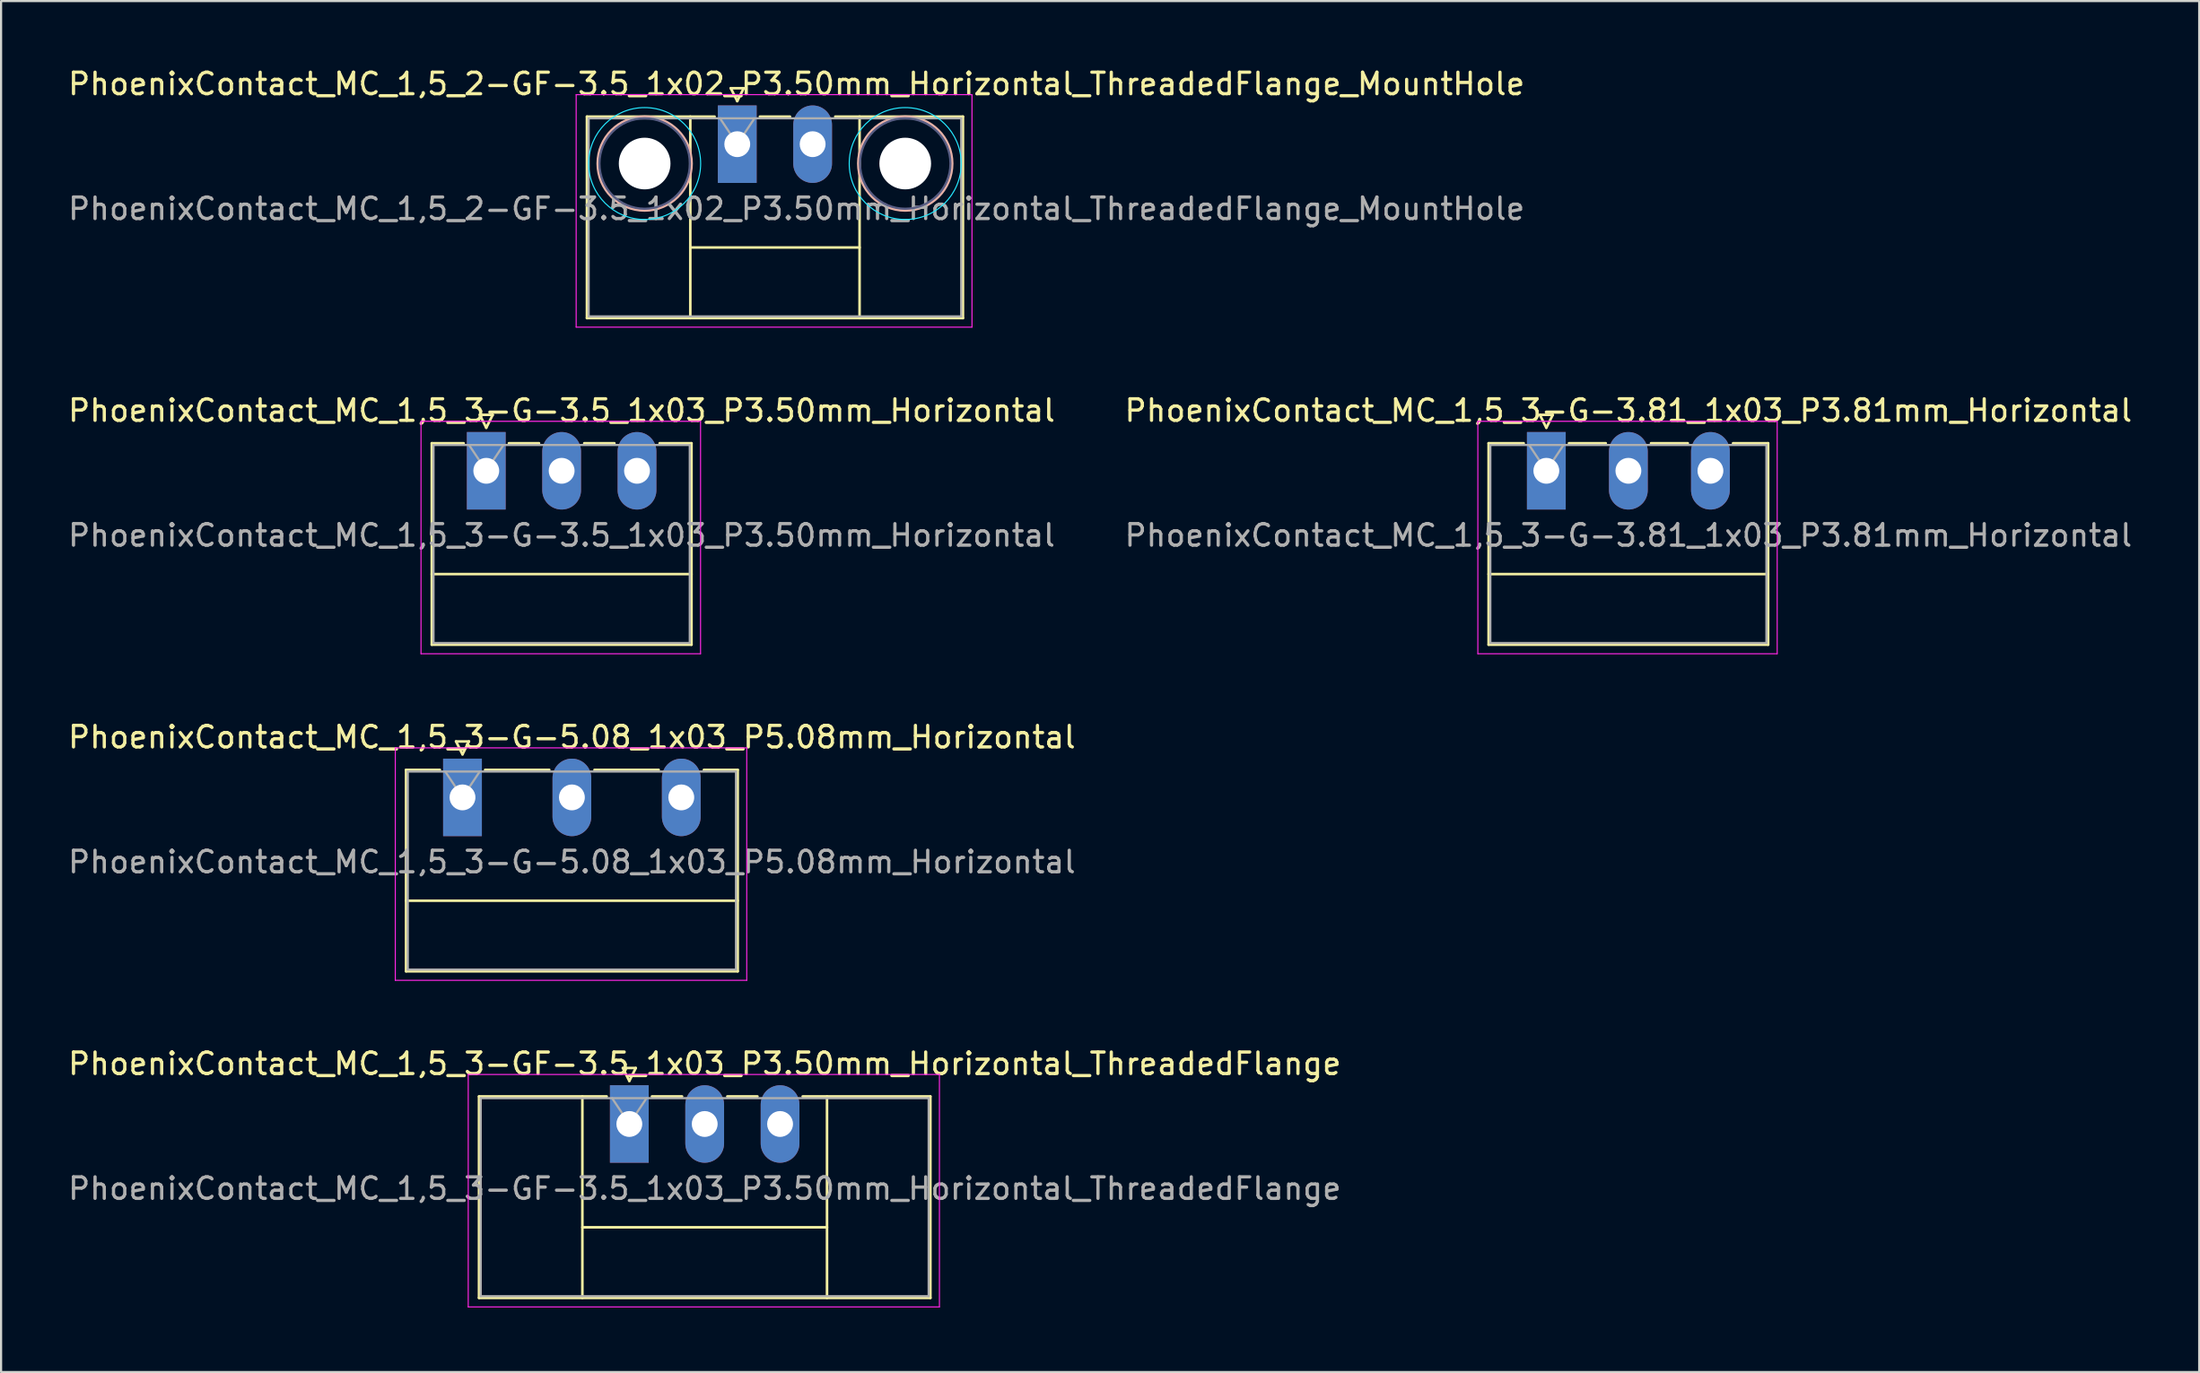
<source format=kicad_pcb>
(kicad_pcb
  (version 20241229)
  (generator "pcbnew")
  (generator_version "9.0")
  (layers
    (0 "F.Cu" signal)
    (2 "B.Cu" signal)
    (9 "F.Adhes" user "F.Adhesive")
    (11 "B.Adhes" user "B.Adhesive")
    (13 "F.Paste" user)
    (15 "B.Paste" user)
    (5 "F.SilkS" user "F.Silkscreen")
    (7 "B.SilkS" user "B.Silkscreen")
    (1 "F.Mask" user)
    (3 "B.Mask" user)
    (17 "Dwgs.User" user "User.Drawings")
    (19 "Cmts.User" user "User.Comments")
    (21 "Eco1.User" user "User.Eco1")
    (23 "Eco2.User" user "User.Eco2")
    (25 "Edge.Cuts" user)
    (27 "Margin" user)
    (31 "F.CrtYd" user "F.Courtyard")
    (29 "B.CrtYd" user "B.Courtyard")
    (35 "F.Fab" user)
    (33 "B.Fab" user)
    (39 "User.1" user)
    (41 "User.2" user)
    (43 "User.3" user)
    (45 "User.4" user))
  (footprint "PhoenixContact_MC_1,5_2-GF-3.5_1x02_P3.50mm_Horizontal_ThreadedFlange_MountHole"
    (layer "F.Cu")
    (at 31.185 3.648)
    (property "Reference" "PhoenixContact_MC_1,5_2-GF-3.5_1x02_P3.50mm_Horizontal_ThreadedFlange_MountHole" (at 2.75 -2.8 0) (layer "F.SilkS") (effects (font (size 1 1) (thickness 0.15))))
    (attr through_hole)
    (fp_line (start -6.98 -1.28) (end -6.98 8.08) (stroke (width 0.12) (type solid)) (layer "F.SilkS"))
    (fp_line (start -6.98 -1.28) (end -1.05 -1.28) (stroke (width 0.12) (type solid)) (layer "F.SilkS"))
    (fp_line (start -6.98 8.08) (end 10.48 8.08) (stroke (width 0.12) (type solid)) (layer "F.SilkS"))
    (fp_line (start -2.18 -1.28) (end -2.18 8.08) (stroke (width 0.12) (type solid)) (layer "F.SilkS"))
    (fp_line (start -2.18 4.8) (end 5.68 4.8) (stroke (width 0.12) (type solid)) (layer "F.SilkS"))
    (fp_line (start -0.3 -2.6) (end 0.3 -2.6) (stroke (width 0.12) (type solid)) (layer "F.SilkS"))
    (fp_line (start 0 -2) (end -0.3 -2.6) (stroke (width 0.12) (type solid)) (layer "F.SilkS"))
    (fp_line (start 0.3 -2.6) (end 0 -2) (stroke (width 0.12) (type solid)) (layer "F.SilkS"))
    (fp_line (start 1.05 -1.28) (end 2.45 -1.28) (stroke (width 0.12) (type solid)) (layer "F.SilkS"))
    (fp_line (start 5.68 -1.28) (end 5.68 8.08) (stroke (width 0.12) (type solid)) (layer "F.SilkS"))
    (fp_line (start 10.48 -1.28) (end 4.55 -1.28) (stroke (width 0.12) (type solid)) (layer "F.SilkS"))
    (fp_line (start 10.48 8.08) (end 10.48 -1.28) (stroke (width 0.12) (type solid)) (layer "F.SilkS"))
    (fp_circle (center -4.3 0.9) (end -2.12 0.9) (stroke (width 0.12) (type solid)) (fill no) (layer "B.SilkS"))
    (fp_circle (center 7.8 0.9) (end 9.98 0.9) (stroke (width 0.12) (type solid)) (fill no) (layer "B.SilkS"))
    (fp_circle (center -4.3 0.9) (end -1.7 0.9) (stroke (width 0.05) (type solid)) (fill no) (layer "B.CrtYd"))
    (fp_circle (center 7.8 0.9) (end 10.4 0.9) (stroke (width 0.05) (type solid)) (fill no) (layer "B.CrtYd"))
    (fp_line (start -7.48 -2.3) (end -7.48 8.5) (stroke (width 0.05) (type solid)) (layer "F.CrtYd"))
    (fp_line (start -7.48 8.5) (end 10.9 8.5) (stroke (width 0.05) (type solid)) (layer "F.CrtYd"))
    (fp_line (start 10.9 -2.3) (end -7.48 -2.3) (stroke (width 0.05) (type solid)) (layer "F.CrtYd"))
    (fp_line (start 10.9 8.5) (end 10.9 -2.3) (stroke (width 0.05) (type solid)) (layer "F.CrtYd"))
    (fp_circle (center -4.3 0.9) (end -2.2 0.9) (stroke (width 0.1) (type solid)) (fill no) (layer "B.Fab"))
    (fp_circle (center 7.8 0.9) (end 9.9 0.9) (stroke (width 0.1) (type solid)) (fill no) (layer "B.Fab"))
    (fp_line (start -6.9 -1.2) (end -6.9 8) (stroke (width 0.1) (type solid)) (layer "F.Fab"))
    (fp_line (start -6.9 8) (end 10.4 8) (stroke (width 0.1) (type solid)) (layer "F.Fab"))
    (fp_line (start 0 0) (end -0.8 -1.2) (stroke (width 0.1) (type solid)) (layer "F.Fab"))
    (fp_line (start 0.8 -1.2) (end 0 0) (stroke (width 0.1) (type solid)) (layer "F.Fab"))
    (fp_line (start 10.4 -1.2) (end -6.9 -1.2) (stroke (width 0.1) (type solid)) (layer "F.Fab"))
    (fp_line (start 10.4 8) (end 10.4 -1.2) (stroke (width 0.1) (type solid)) (layer "F.Fab"))
    (fp_text user "${REFERENCE}" (at 2.75 3 0) (layer "F.Fab") (effects (font (size 1 1) (thickness 0.15))))
    (pad "" np_thru_hole circle (at -4.3 0.9) (size 2.4 2.4) (drill 2.4) (layers "*.Cu" "*.Mask"))
    (pad "" np_thru_hole circle (at 7.8 0.9) (size 2.4 2.4) (drill 2.4) (layers "*.Cu" "*.Mask"))
    (pad "1" thru_hole rect (at 0 0) (size 1.8 3.6) (drill 1.2) (layers "*.Cu" "*.Mask"))
    (pad "2" thru_hole oval (at 3.5 0) (size 1.8 3.6) (drill 1.2) (layers "*.Cu" "*.Mask")))
  (footprint "PhoenixContact_MC_1,5_3-G-3.5_1x03_P3.50mm_Horizontal"
    (layer "F.Cu")
    (at 19.53 18.822)
    (property "Reference" "PhoenixContact_MC_1,5_3-G-3.5_1x03_P3.50mm_Horizontal" (at 3.5 -2.8 0) (layer "F.SilkS") (effects (font (size 1 1) (thickness 0.15))))
    (attr through_hole)
    (fp_line (start -2.53 -1.28) (end -2.53 8.08) (stroke (width 0.12) (type solid)) (layer "F.SilkS"))
    (fp_line (start -2.53 -1.28) (end -1.05 -1.28) (stroke (width 0.12) (type solid)) (layer "F.SilkS"))
    (fp_line (start -2.53 4.8) (end 9.53 4.8) (stroke (width 0.12) (type solid)) (layer "F.SilkS"))
    (fp_line (start -2.53 8.08) (end 9.53 8.08) (stroke (width 0.12) (type solid)) (layer "F.SilkS"))
    (fp_line (start -0.3 -2.6) (end 0.3 -2.6) (stroke (width 0.12) (type solid)) (layer "F.SilkS"))
    (fp_line (start 0 -2) (end -0.3 -2.6) (stroke (width 0.12) (type solid)) (layer "F.SilkS"))
    (fp_line (start 0.3 -2.6) (end 0 -2) (stroke (width 0.12) (type solid)) (layer "F.SilkS"))
    (fp_line (start 1.05 -1.28) (end 2.45 -1.28) (stroke (width 0.12) (type solid)) (layer "F.SilkS"))
    (fp_line (start 4.55 -1.28) (end 5.95 -1.28) (stroke (width 0.12) (type solid)) (layer "F.SilkS"))
    (fp_line (start 9.53 -1.28) (end 8.05 -1.28) (stroke (width 0.12) (type solid)) (layer "F.SilkS"))
    (fp_line (start 9.53 8.08) (end 9.53 -1.28) (stroke (width 0.12) (type solid)) (layer "F.SilkS"))
    (fp_line (start -3.03 -2.3) (end -3.03 8.5) (stroke (width 0.05) (type solid)) (layer "F.CrtYd"))
    (fp_line (start -3.03 8.5) (end 9.95 8.5) (stroke (width 0.05) (type solid)) (layer "F.CrtYd"))
    (fp_line (start 9.95 -2.3) (end -3.03 -2.3) (stroke (width 0.05) (type solid)) (layer "F.CrtYd"))
    (fp_line (start 9.95 8.5) (end 9.95 -2.3) (stroke (width 0.05) (type solid)) (layer "F.CrtYd"))
    (fp_line (start -2.45 -1.2) (end -2.45 8) (stroke (width 0.1) (type solid)) (layer "F.Fab"))
    (fp_line (start -2.45 8) (end 9.45 8) (stroke (width 0.1) (type solid)) (layer "F.Fab"))
    (fp_line (start 0 0) (end -0.8 -1.2) (stroke (width 0.1) (type solid)) (layer "F.Fab"))
    (fp_line (start 0.8 -1.2) (end 0 0) (stroke (width 0.1) (type solid)) (layer "F.Fab"))
    (fp_line (start 9.45 -1.2) (end -2.45 -1.2) (stroke (width 0.1) (type solid)) (layer "F.Fab"))
    (fp_line (start 9.45 8) (end 9.45 -1.2) (stroke (width 0.1) (type solid)) (layer "F.Fab"))
    (fp_text user "${REFERENCE}" (at 3.5 3 0) (layer "F.Fab") (effects (font (size 1 1) (thickness 0.15))))
    (pad "1" thru_hole rect (at 0 0) (size 1.8 3.6) (drill 1.2) (layers "*.Cu" "*.Mask"))
    (pad "2" thru_hole oval (at 3.5 0) (size 1.8 3.6) (drill 1.2) (layers "*.Cu" "*.Mask"))
    (pad "3" thru_hole oval (at 7 0) (size 1.8 3.6) (drill 1.2) (layers "*.Cu" "*.Mask")))
  (footprint "PhoenixContact_MC_1,5_3-GF-3.5_1x03_P3.50mm_Horizontal_ThreadedFlange"
    (layer "F.Cu")
    (at 26.173 49.168)
    (property "Reference" "PhoenixContact_MC_1,5_3-GF-3.5_1x03_P3.50mm_Horizontal_ThreadedFlange" (at 3.5 -2.8 0) (layer "F.SilkS") (effects (font (size 1 1) (thickness 0.15))))
    (attr through_hole)
    (fp_line (start -6.98 -1.28) (end -6.98 8.08) (stroke (width 0.12) (type solid)) (layer "F.SilkS"))
    (fp_line (start -6.98 -1.28) (end -1.05 -1.28) (stroke (width 0.12) (type solid)) (layer "F.SilkS"))
    (fp_line (start -6.98 8.08) (end 13.98 8.08) (stroke (width 0.12) (type solid)) (layer "F.SilkS"))
    (fp_line (start -2.18 -1.28) (end -2.18 8.08) (stroke (width 0.12) (type solid)) (layer "F.SilkS"))
    (fp_line (start -2.18 4.8) (end 9.18 4.8) (stroke (width 0.12) (type solid)) (layer "F.SilkS"))
    (fp_line (start -0.3 -2.6) (end 0.3 -2.6) (stroke (width 0.12) (type solid)) (layer "F.SilkS"))
    (fp_line (start 0 -2) (end -0.3 -2.6) (stroke (width 0.12) (type solid)) (layer "F.SilkS"))
    (fp_line (start 0.3 -2.6) (end 0 -2) (stroke (width 0.12) (type solid)) (layer "F.SilkS"))
    (fp_line (start 1.05 -1.28) (end 2.45 -1.28) (stroke (width 0.12) (type solid)) (layer "F.SilkS"))
    (fp_line (start 4.55 -1.28) (end 5.95 -1.28) (stroke (width 0.12) (type solid)) (layer "F.SilkS"))
    (fp_line (start 9.18 -1.28) (end 9.18 8.08) (stroke (width 0.12) (type solid)) (layer "F.SilkS"))
    (fp_line (start 13.98 -1.28) (end 8.05 -1.28) (stroke (width 0.12) (type solid)) (layer "F.SilkS"))
    (fp_line (start 13.98 8.08) (end 13.98 -1.28) (stroke (width 0.12) (type solid)) (layer "F.SilkS"))
    (fp_line (start -7.48 -2.3) (end -7.48 8.5) (stroke (width 0.05) (type solid)) (layer "F.CrtYd"))
    (fp_line (start -7.48 8.5) (end 14.4 8.5) (stroke (width 0.05) (type solid)) (layer "F.CrtYd"))
    (fp_line (start 14.4 -2.3) (end -7.48 -2.3) (stroke (width 0.05) (type solid)) (layer "F.CrtYd"))
    (fp_line (start 14.4 8.5) (end 14.4 -2.3) (stroke (width 0.05) (type solid)) (layer "F.CrtYd"))
    (fp_line (start -6.9 -1.2) (end -6.9 8) (stroke (width 0.1) (type solid)) (layer "F.Fab"))
    (fp_line (start -6.9 8) (end 13.9 8) (stroke (width 0.1) (type solid)) (layer "F.Fab"))
    (fp_line (start 0 0) (end -0.8 -1.2) (stroke (width 0.1) (type solid)) (layer "F.Fab"))
    (fp_line (start 0.8 -1.2) (end 0 0) (stroke (width 0.1) (type solid)) (layer "F.Fab"))
    (fp_line (start 13.9 -1.2) (end -6.9 -1.2) (stroke (width 0.1) (type solid)) (layer "F.Fab"))
    (fp_line (start 13.9 8) (end 13.9 -1.2) (stroke (width 0.1) (type solid)) (layer "F.Fab"))
    (fp_text user "${REFERENCE}" (at 3.5 3 0) (layer "F.Fab") (effects (font (size 1 1) (thickness 0.15))))
    (pad "1" thru_hole rect (at 0 0) (size 1.8 3.6) (drill 1.2) (layers "*.Cu" "*.Mask"))
    (pad "2" thru_hole oval (at 3.5 0) (size 1.8 3.6) (drill 1.2) (layers "*.Cu" "*.Mask"))
    (pad "3" thru_hole oval (at 7 0) (size 1.8 3.6) (drill 1.2) (layers "*.Cu" "*.Mask")))
  (footprint "PhoenixContact_MC_1,5_3-G-3.81_1x03_P3.81mm_Horizontal"
    (layer "F.Cu")
    (at 68.755 18.822)
    (property "Reference" "PhoenixContact_MC_1,5_3-G-3.81_1x03_P3.81mm_Horizontal" (at 3.81 -2.8 0) (layer "F.SilkS") (effects (font (size 1 1) (thickness 0.15))))
    (attr through_hole)
    (fp_line (start -2.68 -1.28) (end -2.68 8.08) (stroke (width 0.12) (type solid)) (layer "F.SilkS"))
    (fp_line (start -2.68 -1.28) (end -1.05 -1.28) (stroke (width 0.12) (type solid)) (layer "F.SilkS"))
    (fp_line (start -2.68 4.8) (end 10.3 4.8) (stroke (width 0.12) (type solid)) (layer "F.SilkS"))
    (fp_line (start -2.68 8.08) (end 10.3 8.08) (stroke (width 0.12) (type solid)) (layer "F.SilkS"))
    (fp_line (start -0.3 -2.6) (end 0.3 -2.6) (stroke (width 0.12) (type solid)) (layer "F.SilkS"))
    (fp_line (start 0 -2) (end -0.3 -2.6) (stroke (width 0.12) (type solid)) (layer "F.SilkS"))
    (fp_line (start 0.3 -2.6) (end 0 -2) (stroke (width 0.12) (type solid)) (layer "F.SilkS"))
    (fp_line (start 1.05 -1.28) (end 2.76 -1.28) (stroke (width 0.12) (type solid)) (layer "F.SilkS"))
    (fp_line (start 4.86 -1.28) (end 6.57 -1.28) (stroke (width 0.12) (type solid)) (layer "F.SilkS"))
    (fp_line (start 10.3 -1.28) (end 8.67 -1.28) (stroke (width 0.12) (type solid)) (layer "F.SilkS"))
    (fp_line (start 10.3 8.08) (end 10.3 -1.28) (stroke (width 0.12) (type solid)) (layer "F.SilkS"))
    (fp_line (start -3.18 -2.3) (end -3.18 8.5) (stroke (width 0.05) (type solid)) (layer "F.CrtYd"))
    (fp_line (start -3.18 8.5) (end 10.72 8.5) (stroke (width 0.05) (type solid)) (layer "F.CrtYd"))
    (fp_line (start 10.72 -2.3) (end -3.18 -2.3) (stroke (width 0.05) (type solid)) (layer "F.CrtYd"))
    (fp_line (start 10.72 8.5) (end 10.72 -2.3) (stroke (width 0.05) (type solid)) (layer "F.CrtYd"))
    (fp_line (start -2.6 -1.2) (end -2.6 8) (stroke (width 0.1) (type solid)) (layer "F.Fab"))
    (fp_line (start -2.6 8) (end 10.22 8) (stroke (width 0.1) (type solid)) (layer "F.Fab"))
    (fp_line (start 0 0) (end -0.8 -1.2) (stroke (width 0.1) (type solid)) (layer "F.Fab"))
    (fp_line (start 0.8 -1.2) (end 0 0) (stroke (width 0.1) (type solid)) (layer "F.Fab"))
    (fp_line (start 10.22 -1.2) (end -2.6 -1.2) (stroke (width 0.1) (type solid)) (layer "F.Fab"))
    (fp_line (start 10.22 8) (end 10.22 -1.2) (stroke (width 0.1) (type solid)) (layer "F.Fab"))
    (fp_text user "${REFERENCE}" (at 3.81 3 0) (layer "F.Fab") (effects (font (size 1 1) (thickness 0.15))))
    (pad "1" thru_hole rect (at 0 0) (size 1.8 3.6) (drill 1.2) (layers "*.Cu" "*.Mask"))
    (pad "2" thru_hole oval (at 3.81 0) (size 1.8 3.6) (drill 1.2) (layers "*.Cu" "*.Mask"))
    (pad "3" thru_hole oval (at 7.62 0) (size 1.8 3.6) (drill 1.2) (layers "*.Cu" "*.Mask")))
  (footprint "PhoenixContact_MC_1,5_3-G-5.08_1x03_P5.08mm_Horizontal"
    (layer "F.Cu")
    (at 18.426 33.995)
    (property "Reference" "PhoenixContact_MC_1,5_3-G-5.08_1x03_P5.08mm_Horizontal" (at 5.08 -2.8 0) (layer "F.SilkS") (effects (font (size 1 1) (thickness 0.15))))
    (attr through_hole)
    (fp_line (start -2.62 -1.28) (end -2.62 8.08) (stroke (width 0.12) (type solid)) (layer "F.SilkS"))
    (fp_line (start -2.62 -1.28) (end -1.05 -1.28) (stroke (width 0.12) (type solid)) (layer "F.SilkS"))
    (fp_line (start -2.62 4.8) (end 12.78 4.8) (stroke (width 0.12) (type solid)) (layer "F.SilkS"))
    (fp_line (start -2.62 8.08) (end 12.78 8.08) (stroke (width 0.12) (type solid)) (layer "F.SilkS"))
    (fp_line (start -0.3 -2.6) (end 0.3 -2.6) (stroke (width 0.12) (type solid)) (layer "F.SilkS"))
    (fp_line (start 0 -2) (end -0.3 -2.6) (stroke (width 0.12) (type solid)) (layer "F.SilkS"))
    (fp_line (start 0.3 -2.6) (end 0 -2) (stroke (width 0.12) (type solid)) (layer "F.SilkS"))
    (fp_line (start 1.05 -1.28) (end 4.03 -1.28) (stroke (width 0.12) (type solid)) (layer "F.SilkS"))
    (fp_line (start 6.13 -1.28) (end 9.11 -1.28) (stroke (width 0.12) (type solid)) (layer "F.SilkS"))
    (fp_line (start 12.78 -1.28) (end 11.21 -1.28) (stroke (width 0.12) (type solid)) (layer "F.SilkS"))
    (fp_line (start 12.78 8.08) (end 12.78 -1.28) (stroke (width 0.12) (type solid)) (layer "F.SilkS"))
    (fp_line (start -3.12 -2.3) (end -3.12 8.5) (stroke (width 0.05) (type solid)) (layer "F.CrtYd"))
    (fp_line (start -3.12 8.5) (end 13.2 8.5) (stroke (width 0.05) (type solid)) (layer "F.CrtYd"))
    (fp_line (start 13.2 -2.3) (end -3.12 -2.3) (stroke (width 0.05) (type solid)) (layer "F.CrtYd"))
    (fp_line (start 13.2 8.5) (end 13.2 -2.3) (stroke (width 0.05) (type solid)) (layer "F.CrtYd"))
    (fp_line (start -2.54 -1.2) (end -2.54 8) (stroke (width 0.1) (type solid)) (layer "F.Fab"))
    (fp_line (start -2.54 8) (end 12.7 8) (stroke (width 0.1) (type solid)) (layer "F.Fab"))
    (fp_line (start 0 0) (end -0.8 -1.2) (stroke (width 0.1) (type solid)) (layer "F.Fab"))
    (fp_line (start 0.8 -1.2) (end 0 0) (stroke (width 0.1) (type solid)) (layer "F.Fab"))
    (fp_line (start 12.7 -1.2) (end -2.54 -1.2) (stroke (width 0.1) (type solid)) (layer "F.Fab"))
    (fp_line (start 12.7 8) (end 12.7 -1.2) (stroke (width 0.1) (type solid)) (layer "F.Fab"))
    (fp_text user "${REFERENCE}" (at 5.08 3 0) (layer "F.Fab") (effects (font (size 1 1) (thickness 0.15))))
    (pad "1" thru_hole rect (at 0 0) (size 1.8 3.6) (drill 1.2) (layers "*.Cu" "*.Mask"))
    (pad "2" thru_hole oval (at 5.08 0) (size 1.8 3.6) (drill 1.2) (layers "*.Cu" "*.Mask"))
    (pad "3" thru_hole oval (at 10.16 0) (size 1.8 3.6) (drill 1.2) (layers "*.Cu" "*.Mask")))
  (gr_rect
    (start -3 -3)
    (end 99.071 60.693)
    (stroke (width 0.1) (type default))
    (fill no)
    (layer "Edge.Cuts")))
</source>
